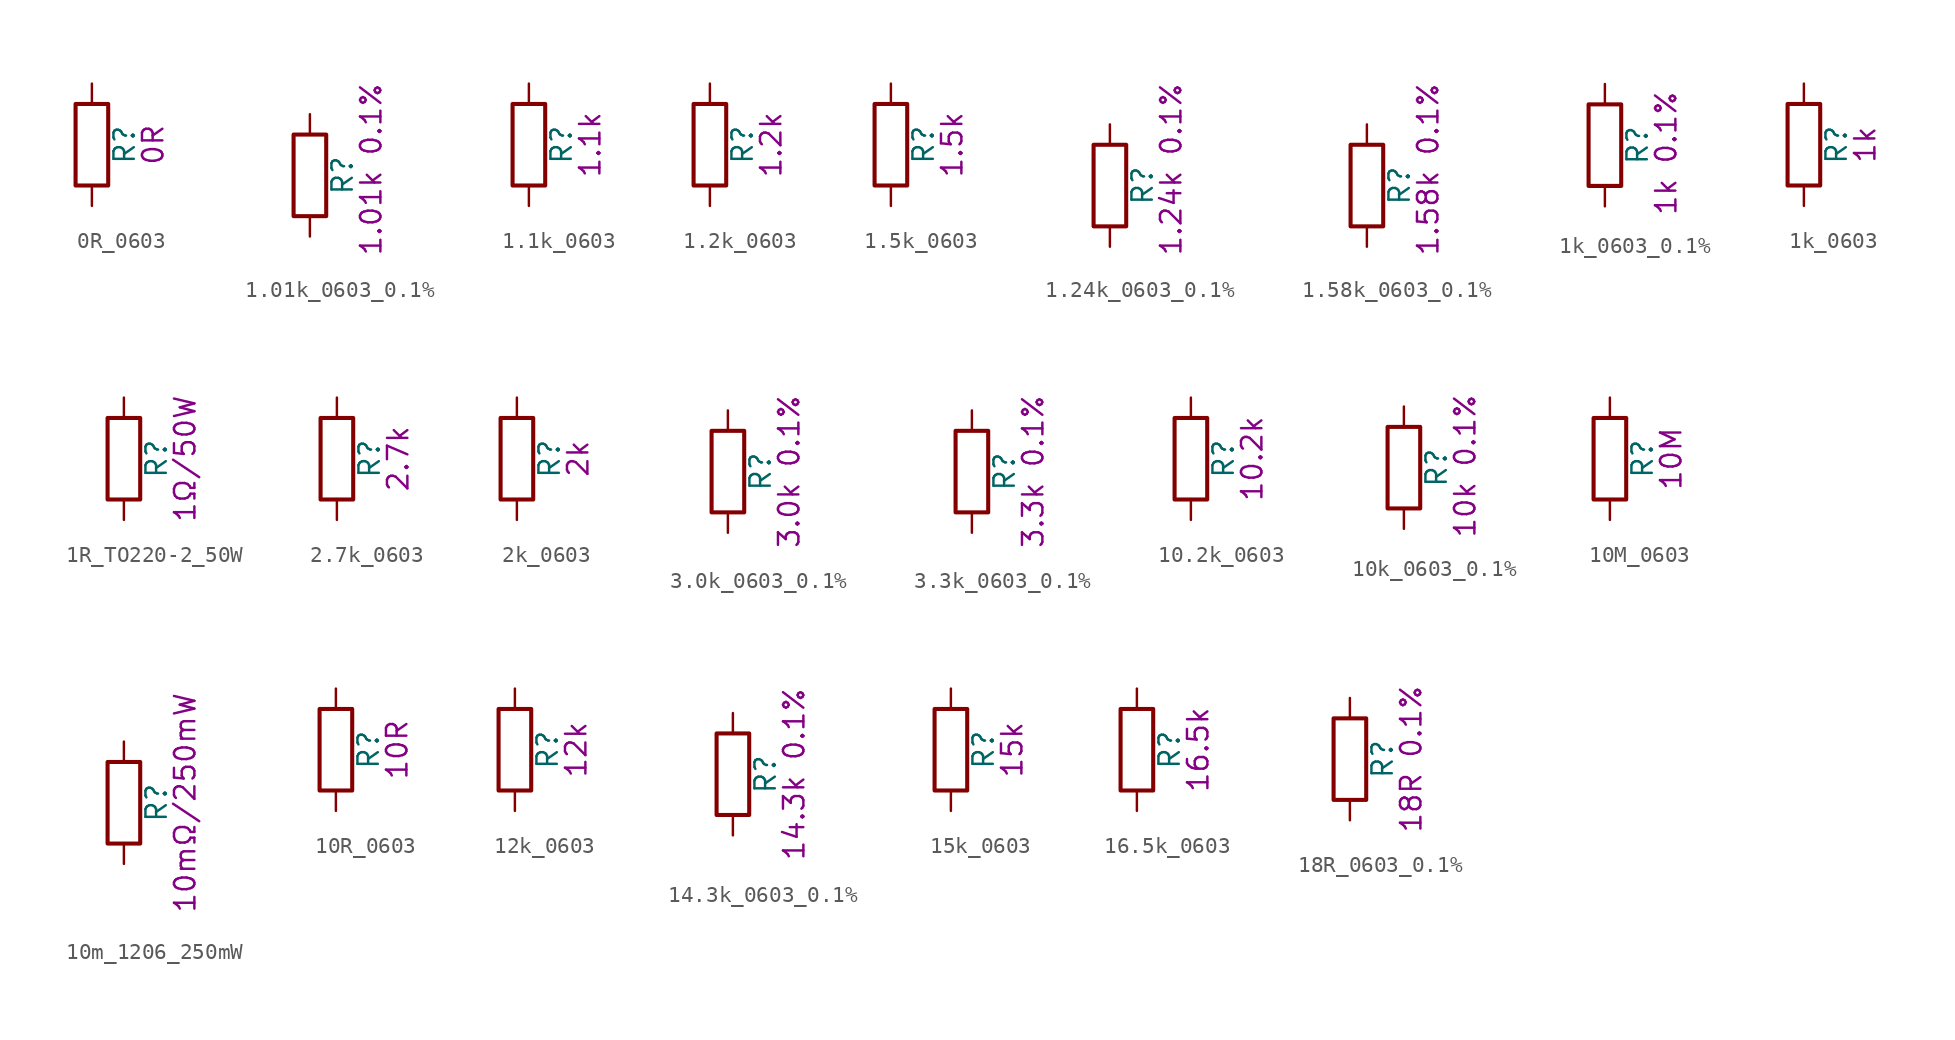
<source format=kicad_sym>
(kicad_symbol_lib
  (version 20211014)
  (generator kicad_symbol_editor)
  (symbol "0R_0603"
    (pin_numbers hide)
    (pin_names
      (offset 0))
    (property "Reference" "R"
      (at 2.032 0 90)
      (effects (font (size 1.27 1.27))))
    (property "Display" "0R"
      (at 3.81 0 90)
      (effects (font (size 1.27 1.27))))
    (symbol "0R_0603_0_1"
      (rectangle (start -1.016 -2.54) (end 1.016 2.54) (stroke (width 0.254) (type default) (color 0 0 0 0)) (fill (type none))))
    (symbol "0R_0603_1_1"
      (pin passive line (at 0 3.81 270) (length 1.27) (name "~" (effects (font (size 1.27 1.27)))) (number "1" (effects (font (size 1.27 1.27)))))
      (pin passive line (at 0 -3.81 90) (length 1.27) (name "~" (effects (font (size 1.27 1.27)))) (number "2" (effects (font (size 1.27 1.27)))))))
  (symbol "1.01k_0603_0.1%"
    (pin_numbers hide)
    (pin_names
      (offset 0))
    (property "Reference" "R"
      (at 2.032 0 90)
      (effects (font (size 1.27 1.27))))
    (property "Display" "1.01k 0.1%"
      (at 3.81 -5.08 90)
      (effects (font (size 1.27 1.27)) (justify left)))
    (symbol "1.01k_0603_0.1%_0_1"
      (rectangle (start -1.016 -2.54) (end 1.016 2.54) (stroke (width 0.254) (type default) (color 0 0 0 0)) (fill (type none))))
    (symbol "1.01k_0603_0.1%_1_1"
      (pin passive line (at 0 3.81 270) (length 1.27) (name "~" (effects (font (size 1.27 1.27)))) (number "1" (effects (font (size 1.27 1.27)))))
      (pin passive line (at 0 -3.81 90) (length 1.27) (name "~" (effects (font (size 1.27 1.27)))) (number "2" (effects (font (size 1.27 1.27)))))))
  (symbol "1.1k_0603"
    (pin_numbers hide)
    (pin_names
      (offset 0))
    (property "Reference" "R"
      (at 2.032 0 90)
      (effects (font (size 1.27 1.27))))
    (property "Display" "1.1k"
      (at 3.81 0 90)
      (effects (font (size 1.27 1.27))))
    (symbol "1.1k_0603_0_1"
      (rectangle (start -1.016 -2.54) (end 1.016 2.54) (stroke (width 0.254) (type default) (color 0 0 0 0)) (fill (type none))))
    (symbol "1.1k_0603_1_1"
      (pin passive line (at 0 3.81 270) (length 1.27) (name "~" (effects (font (size 1.27 1.27)))) (number "1" (effects (font (size 1.27 1.27)))))
      (pin passive line (at 0 -3.81 90) (length 1.27) (name "~" (effects (font (size 1.27 1.27)))) (number "2" (effects (font (size 1.27 1.27)))))))
  (symbol "1.2k_0603"
    (pin_numbers hide)
    (pin_names
      (offset 0))
    (property "Reference" "R"
      (at 2.032 0 90)
      (effects (font (size 1.27 1.27))))
    (property "Display" "1.2k"
      (at 3.81 0 90)
      (effects (font (size 1.27 1.27))))
    (symbol "1.2k_0603_0_1"
      (rectangle (start -1.016 -2.54) (end 1.016 2.54) (stroke (width 0.254) (type default) (color 0 0 0 0)) (fill (type none))))
    (symbol "1.2k_0603_1_1"
      (pin passive line (at 0 3.81 270) (length 1.27) (name "~" (effects (font (size 1.27 1.27)))) (number "1" (effects (font (size 1.27 1.27)))))
      (pin passive line (at 0 -3.81 90) (length 1.27) (name "~" (effects (font (size 1.27 1.27)))) (number "2" (effects (font (size 1.27 1.27)))))))
  (symbol "1.5k_0603"
    (pin_numbers hide)
    (pin_names
      (offset 0))
    (property "Reference" "R"
      (at 2.032 0 90)
      (effects (font (size 1.27 1.27))))
    (property "Display" "1.5k"
      (at 3.81 0 90)
      (effects (font (size 1.27 1.27))))
    (symbol "1.5k_0603_0_1"
      (rectangle (start -1.016 -2.54) (end 1.016 2.54) (stroke (width 0.254) (type default) (color 0 0 0 0)) (fill (type none))))
    (symbol "1.5k_0603_1_1"
      (pin passive line (at 0 3.81 270) (length 1.27) (name "~" (effects (font (size 1.27 1.27)))) (number "1" (effects (font (size 1.27 1.27)))))
      (pin passive line (at 0 -3.81 90) (length 1.27) (name "~" (effects (font (size 1.27 1.27)))) (number "2" (effects (font (size 1.27 1.27)))))))
  (symbol "1.24k_0603_0.1%"
    (pin_numbers hide)
    (pin_names
      (offset 0))
    (property "Reference" "R"
      (at 2.032 0 90)
      (effects (font (size 1.27 1.27))))
    (property "Display" "1.24k 0.1%"
      (at 3.81 -4.445 90)
      (effects (font (size 1.27 1.27)) (justify left)))
    (symbol "1.24k_0603_0.1%_0_1"
      (rectangle (start -1.016 -2.54) (end 1.016 2.54) (stroke (width 0.254) (type default) (color 0 0 0 0)) (fill (type none))))
    (symbol "1.24k_0603_0.1%_1_1"
      (pin passive line (at 0 3.81 270) (length 1.27) (name "~" (effects (font (size 1.27 1.27)))) (number "1" (effects (font (size 1.27 1.27)))))
      (pin passive line (at 0 -3.81 90) (length 1.27) (name "~" (effects (font (size 1.27 1.27)))) (number "2" (effects (font (size 1.27 1.27)))))))
  (symbol "1.58k_0603_0.1%"
    (pin_numbers hide)
    (pin_names
      (offset 0))
    (property "Reference" "R"
      (at 2.032 0 90)
      (effects (font (size 1.27 1.27))))
    (property "Display" "1.58k 0.1%"
      (at 3.81 -4.445 90)
      (effects (font (size 1.27 1.27)) (justify left)))
    (symbol "1.58k_0603_0.1%_0_1"
      (rectangle (start -1.016 -2.54) (end 1.016 2.54) (stroke (width 0.254) (type default) (color 0 0 0 0)) (fill (type none))))
    (symbol "1.58k_0603_0.1%_1_1"
      (pin passive line (at 0 3.81 270) (length 1.27) (name "~" (effects (font (size 1.27 1.27)))) (number "1" (effects (font (size 1.27 1.27)))))
      (pin passive line (at 0 -3.81 90) (length 1.27) (name "~" (effects (font (size 1.27 1.27)))) (number "2" (effects (font (size 1.27 1.27)))))))
  (symbol "1k_0603_0.1%"
    (pin_numbers hide)
    (pin_names
      (offset 0))
    (property "Reference" "R"
      (at 2.032 0 90)
      (effects (font (size 1.27 1.27))))
    (property "Display" "1k 0.1%"
      (at 3.81 -4.445 90)
      (effects (font (size 1.27 1.27)) (justify left)))
    (symbol "1k_0603_0.1%_0_1"
      (rectangle (start -1.016 -2.54) (end 1.016 2.54) (stroke (width 0.254) (type default) (color 0 0 0 0)) (fill (type none))))
    (symbol "1k_0603_0.1%_1_1"
      (pin passive line (at 0 3.81 270) (length 1.27) (name "~" (effects (font (size 1.27 1.27)))) (number "1" (effects (font (size 1.27 1.27)))))
      (pin passive line (at 0 -3.81 90) (length 1.27) (name "~" (effects (font (size 1.27 1.27)))) (number "2" (effects (font (size 1.27 1.27)))))))
  (symbol "1k_0603"
    (pin_numbers hide)
    (pin_names
      (offset 0))
    (property "Reference" "R"
      (at 2.032 0 90)
      (effects (font (size 1.27 1.27))))
    (property "Display" "1k"
      (at 3.81 0 90)
      (effects (font (size 1.27 1.27))))
    (symbol "1k_0603_0_1"
      (rectangle (start -1.016 -2.54) (end 1.016 2.54) (stroke (width 0.254) (type default) (color 0 0 0 0)) (fill (type none))))
    (symbol "1k_0603_1_1"
      (pin passive line (at 0 3.81 270) (length 1.27) (name "~" (effects (font (size 1.27 1.27)))) (number "1" (effects (font (size 1.27 1.27)))))
      (pin passive line (at 0 -3.81 90) (length 1.27) (name "~" (effects (font (size 1.27 1.27)))) (number "2" (effects (font (size 1.27 1.27)))))))
  (symbol "1R_TO220-2_50W"
    (pin_numbers hide)
    (pin_names
      (offset 0))
    (property "Reference" "R"
      (at 2.032 0 90)
      (effects (font (size 1.27 1.27))))
    (property "Display" "1Ω/50W"
      (at 3.81 0 90)
      (effects (font (size 1.27 1.27))))
    (symbol "1R_TO220-2_50W_0_1"
      (rectangle (start -1.016 -2.54) (end 1.016 2.54) (stroke (width 0.254) (type default) (color 0 0 0 0)) (fill (type none))))
    (symbol "1R_TO220-2_50W_1_1"
      (pin passive line (at 0 3.81 270) (length 1.27) (name "~" (effects (font (size 1.27 1.27)))) (number "1" (effects (font (size 1.27 1.27)))))
      (pin passive line (at 0 -3.81 90) (length 1.27) (name "~" (effects (font (size 1.27 1.27)))) (number "2" (effects (font (size 1.27 1.27)))))))
  (symbol "2.7k_0603"
    (pin_numbers hide)
    (pin_names
      (offset 0))
    (property "Reference" "R"
      (at 2.032 0 90)
      (effects (font (size 1.27 1.27))))
    (property "Display" "2.7k"
      (at 3.81 0 90)
      (effects (font (size 1.27 1.27))))
    (symbol "2.7k_0603_0_1"
      (rectangle (start -1.016 -2.54) (end 1.016 2.54) (stroke (width 0.254) (type default) (color 0 0 0 0)) (fill (type none))))
    (symbol "2.7k_0603_1_1"
      (pin passive line (at 0 3.81 270) (length 1.27) (name "~" (effects (font (size 1.27 1.27)))) (number "1" (effects (font (size 1.27 1.27)))))
      (pin passive line (at 0 -3.81 90) (length 1.27) (name "~" (effects (font (size 1.27 1.27)))) (number "2" (effects (font (size 1.27 1.27)))))))
  (symbol "2k_0603"
    (pin_numbers hide)
    (pin_names
      (offset 0))
    (property "Reference" "R"
      (at 2.032 0 90)
      (effects (font (size 1.27 1.27))))
    (property "Display" "2k"
      (at 3.81 0 90)
      (effects (font (size 1.27 1.27))))
    (symbol "2k_0603_0_1"
      (rectangle (start -1.016 -2.54) (end 1.016 2.54) (stroke (width 0.254) (type default) (color 0 0 0 0)) (fill (type none))))
    (symbol "2k_0603_1_1"
      (pin passive line (at 0 3.81 270) (length 1.27) (name "~" (effects (font (size 1.27 1.27)))) (number "1" (effects (font (size 1.27 1.27)))))
      (pin passive line (at 0 -3.81 90) (length 1.27) (name "~" (effects (font (size 1.27 1.27)))) (number "2" (effects (font (size 1.27 1.27)))))))
  (symbol "3.0k_0603_0.1%"
    (pin_numbers hide)
    (pin_names
      (offset 0))
    (property "Reference" "R"
      (at 2.032 0 90)
      (effects (font (size 1.27 1.27))))
    (property "Display" "3.0k 0.1%"
      (at 3.81 0 90)
      (effects (font (size 1.27 1.27))))
    (symbol "3.0k_0603_0.1%_0_1"
      (rectangle (start -1.016 -2.54) (end 1.016 2.54) (stroke (width 0.254) (type default) (color 0 0 0 0)) (fill (type none))))
    (symbol "3.0k_0603_0.1%_1_1"
      (pin passive line (at 0 3.81 270) (length 1.27) (name "~" (effects (font (size 1.27 1.27)))) (number "1" (effects (font (size 1.27 1.27)))))
      (pin passive line (at 0 -3.81 90) (length 1.27) (name "~" (effects (font (size 1.27 1.27)))) (number "2" (effects (font (size 1.27 1.27)))))))
  (symbol "3.3k_0603_0.1%"
    (pin_numbers hide)
    (pin_names
      (offset 0))
    (property "Reference" "R"
      (at 2.032 0 90)
      (effects (font (size 1.27 1.27))))
    (property "Display" "3.3k 0.1%"
      (at 3.81 0 90)
      (effects (font (size 1.27 1.27))))
    (symbol "3.3k_0603_0.1%_0_1"
      (rectangle (start -1.016 -2.54) (end 1.016 2.54) (stroke (width 0.254) (type default) (color 0 0 0 0)) (fill (type none))))
    (symbol "3.3k_0603_0.1%_1_1"
      (pin passive line (at 0 3.81 270) (length 1.27) (name "~" (effects (font (size 1.27 1.27)))) (number "1" (effects (font (size 1.27 1.27)))))
      (pin passive line (at 0 -3.81 90) (length 1.27) (name "~" (effects (font (size 1.27 1.27)))) (number "2" (effects (font (size 1.27 1.27)))))))
  (symbol "10.2k_0603"
    (pin_numbers hide)
    (pin_names
      (offset 0))
    (property "Reference" "R"
      (at 2.032 0 90)
      (effects (font (size 1.27 1.27))))
    (property "Display" "10.2k"
      (at 3.81 0 90)
      (effects (font (size 1.27 1.27))))
    (symbol "10.2k_0603_0_1"
      (rectangle (start -1.016 -2.54) (end 1.016 2.54) (stroke (width 0.254) (type default) (color 0 0 0 0)) (fill (type none))))
    (symbol "10.2k_0603_1_1"
      (pin passive line (at 0 3.81 270) (length 1.27) (name "~" (effects (font (size 1.27 1.27)))) (number "1" (effects (font (size 1.27 1.27)))))
      (pin passive line (at 0 -3.81 90) (length 1.27) (name "~" (effects (font (size 1.27 1.27)))) (number "2" (effects (font (size 1.27 1.27)))))))
  (symbol "10k_0603_0.1%"
    (pin_numbers hide)
    (pin_names
      (offset 0))
    (property "Reference" "R"
      (at 2.032 0 90)
      (effects (font (size 1.27 1.27))))
    (property "Display" "10k 0.1%"
      (at 3.81 -4.445 90)
      (effects (font (size 1.27 1.27)) (justify left)))
    (symbol "10k_0603_0.1%_0_1"
      (rectangle (start -1.016 -2.54) (end 1.016 2.54) (stroke (width 0.254) (type default) (color 0 0 0 0)) (fill (type none))))
    (symbol "10k_0603_0.1%_1_1"
      (pin passive line (at 0 3.81 270) (length 1.27) (name "~" (effects (font (size 1.27 1.27)))) (number "1" (effects (font (size 1.27 1.27)))))
      (pin passive line (at 0 -3.81 90) (length 1.27) (name "~" (effects (font (size 1.27 1.27)))) (number "2" (effects (font (size 1.27 1.27)))))))
  (symbol "10M_0603"
    (pin_numbers hide)
    (pin_names
      (offset 0))
    (property "Reference" "R"
      (at 2.032 0 90)
      (effects (font (size 1.27 1.27))))
    (property "Display" "10M"
      (at 3.81 0 90)
      (effects (font (size 1.27 1.27))))
    (symbol "10M_0603_0_1"
      (rectangle (start -1.016 -2.54) (end 1.016 2.54) (stroke (width 0.254) (type default) (color 0 0 0 0)) (fill (type none))))
    (symbol "10M_0603_1_1"
      (pin passive line (at 0 3.81 270) (length 1.27) (name "~" (effects (font (size 1.27 1.27)))) (number "1" (effects (font (size 1.27 1.27)))))
      (pin passive line (at 0 -3.81 90) (length 1.27) (name "~" (effects (font (size 1.27 1.27)))) (number "2" (effects (font (size 1.27 1.27)))))))
  (symbol "10m_1206_250mW"
    (pin_numbers hide)
    (pin_names
      (offset 0))
    (property "Reference" "R"
      (at 2.032 0 90)
      (effects (font (size 1.27 1.27))))
    (property "Display" "10mΩ/250mW"
      (at 3.81 0 90)
      (effects (font (size 1.27 1.27))))
    (symbol "10m_1206_250mW_0_1"
      (rectangle (start -1.016 -2.54) (end 1.016 2.54) (stroke (width 0.254) (type default) (color 0 0 0 0)) (fill (type none))))
    (symbol "10m_1206_250mW_1_1"
      (pin passive line (at 0 3.81 270) (length 1.27) (name "~" (effects (font (size 1.27 1.27)))) (number "1" (effects (font (size 1.27 1.27)))))
      (pin passive line (at 0 -3.81 90) (length 1.27) (name "~" (effects (font (size 1.27 1.27)))) (number "2" (effects (font (size 1.27 1.27)))))))
  (symbol "10R_0603"
    (pin_numbers hide)
    (pin_names
      (offset 0))
    (property "Reference" "R"
      (at 2.032 0 90)
      (effects (font (size 1.27 1.27))))
    (property "Display" "10R"
      (at 3.81 0 90)
      (effects (font (size 1.27 1.27))))
    (symbol "10R_0603_0_1"
      (rectangle (start -1.016 -2.54) (end 1.016 2.54) (stroke (width 0.254) (type default) (color 0 0 0 0)) (fill (type none))))
    (symbol "10R_0603_1_1"
      (pin passive line (at 0 3.81 270) (length 1.27) (name "~" (effects (font (size 1.27 1.27)))) (number "1" (effects (font (size 1.27 1.27)))))
      (pin passive line (at 0 -3.81 90) (length 1.27) (name "~" (effects (font (size 1.27 1.27)))) (number "2" (effects (font (size 1.27 1.27)))))))
  (symbol "12k_0603"
    (pin_numbers hide)
    (pin_names
      (offset 0))
    (property "Reference" "R"
      (at 2.032 0 90)
      (effects (font (size 1.27 1.27))))
    (property "Display" "12k"
      (at 3.81 0 90)
      (effects (font (size 1.27 1.27))))
    (symbol "12k_0603_0_1"
      (rectangle (start -1.016 -2.54) (end 1.016 2.54) (stroke (width 0.254) (type default) (color 0 0 0 0)) (fill (type none))))
    (symbol "12k_0603_1_1"
      (pin passive line (at 0 3.81 270) (length 1.27) (name "~" (effects (font (size 1.27 1.27)))) (number "1" (effects (font (size 1.27 1.27)))))
      (pin passive line (at 0 -3.81 90) (length 1.27) (name "~" (effects (font (size 1.27 1.27)))) (number "2" (effects (font (size 1.27 1.27)))))))
  (symbol "14.3k_0603_0.1%"
    (pin_numbers hide)
    (pin_names
      (offset 0))
    (property "Reference" "R"
      (at 2.032 0 90)
      (effects (font (size 1.27 1.27))))
    (property "Display" "14.3k 0.1%"
      (at 3.81 0 90)
      (effects (font (size 1.27 1.27))))
    (symbol "14.3k_0603_0.1%_0_1"
      (rectangle (start -1.016 -2.54) (end 1.016 2.54) (stroke (width 0.254) (type default) (color 0 0 0 0)) (fill (type none))))
    (symbol "14.3k_0603_0.1%_1_1"
      (pin passive line (at 0 3.81 270) (length 1.27) (name "~" (effects (font (size 1.27 1.27)))) (number "1" (effects (font (size 1.27 1.27)))))
      (pin passive line (at 0 -3.81 90) (length 1.27) (name "~" (effects (font (size 1.27 1.27)))) (number "2" (effects (font (size 1.27 1.27)))))))
  (symbol "15k_0603"
    (pin_numbers hide)
    (pin_names
      (offset 0))
    (property "Reference" "R"
      (at 2.032 0 90)
      (effects (font (size 1.27 1.27))))
    (property "Display" "15k"
      (at 3.81 0 90)
      (effects (font (size 1.27 1.27))))
    (symbol "15k_0603_0_1"
      (rectangle (start -1.016 -2.54) (end 1.016 2.54) (stroke (width 0.254) (type default) (color 0 0 0 0)) (fill (type none))))
    (symbol "15k_0603_1_1"
      (pin passive line (at 0 3.81 270) (length 1.27) (name "~" (effects (font (size 1.27 1.27)))) (number "1" (effects (font (size 1.27 1.27)))))
      (pin passive line (at 0 -3.81 90) (length 1.27) (name "~" (effects (font (size 1.27 1.27)))) (number "2" (effects (font (size 1.27 1.27)))))))
  (symbol "16.5k_0603"
    (pin_numbers hide)
    (pin_names
      (offset 0))
    (property "Reference" "R"
      (at 2.032 0 90)
      (effects (font (size 1.27 1.27))))
    (property "Display" "16.5k"
      (at 3.81 0 90)
      (effects (font (size 1.27 1.27))))
    (symbol "16.5k_0603_0_1"
      (rectangle (start -1.016 -2.54) (end 1.016 2.54) (stroke (width 0.254) (type default) (color 0 0 0 0)) (fill (type none))))
    (symbol "16.5k_0603_1_1"
      (pin passive line (at 0 3.81 270) (length 1.27) (name "~" (effects (font (size 1.27 1.27)))) (number "1" (effects (font (size 1.27 1.27)))))
      (pin passive line (at 0 -3.81 90) (length 1.27) (name "~" (effects (font (size 1.27 1.27)))) (number "2" (effects (font (size 1.27 1.27)))))))
  (symbol "18R_0603_0.1%"
    (pin_numbers hide)
    (pin_names
      (offset 0))
    (property "Reference" "R"
      (at 2.032 0 90)
      (effects (font (size 1.27 1.27))))
    (property "Display" "18R 0.1%"
      (at 3.81 0 90)
      (effects (font (size 1.27 1.27))))
    (symbol "18R_0603_0.1%_0_1"
      (rectangle (start -1.016 -2.54) (end 1.016 2.54) (stroke (width 0.254) (type default) (color 0 0 0 0)) (fill (type none))))
    (symbol "18R_0603_0.1%_1_1"
      (pin passive line (at 0 3.81 270) (length 1.27) (name "~" (effects (font (size 1.27 1.27)))) (number "1" (effects (font (size 1.27 1.27)))))
      (pin passive line (at 0 -3.81 90) (length 1.27) (name "~" (effects (font (size 1.27 1.27)))) (number "2" (effects (font (size 1.27 1.27))))))))
</source>
